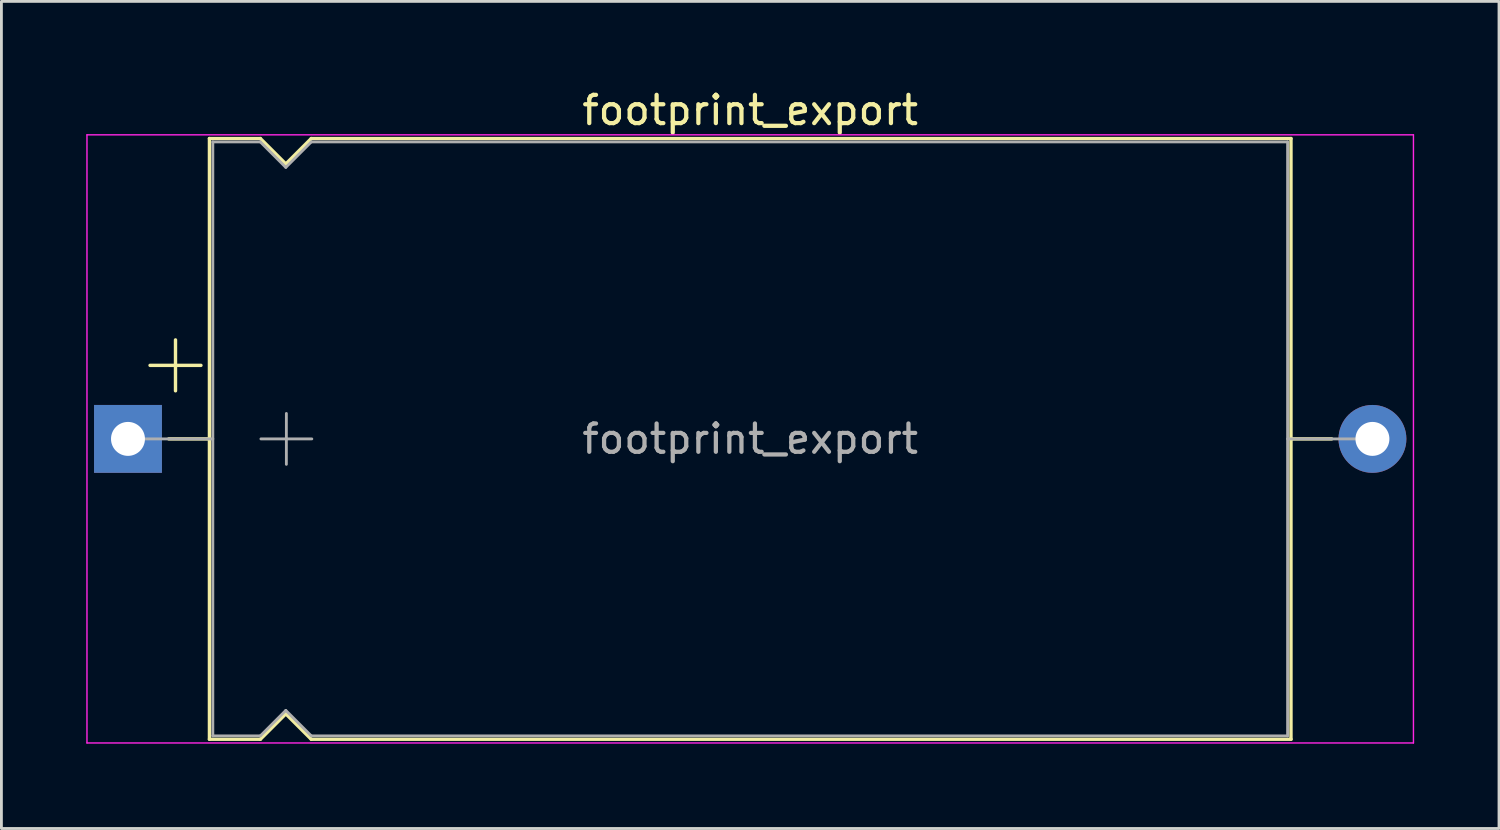
<source format=kicad_pcb>
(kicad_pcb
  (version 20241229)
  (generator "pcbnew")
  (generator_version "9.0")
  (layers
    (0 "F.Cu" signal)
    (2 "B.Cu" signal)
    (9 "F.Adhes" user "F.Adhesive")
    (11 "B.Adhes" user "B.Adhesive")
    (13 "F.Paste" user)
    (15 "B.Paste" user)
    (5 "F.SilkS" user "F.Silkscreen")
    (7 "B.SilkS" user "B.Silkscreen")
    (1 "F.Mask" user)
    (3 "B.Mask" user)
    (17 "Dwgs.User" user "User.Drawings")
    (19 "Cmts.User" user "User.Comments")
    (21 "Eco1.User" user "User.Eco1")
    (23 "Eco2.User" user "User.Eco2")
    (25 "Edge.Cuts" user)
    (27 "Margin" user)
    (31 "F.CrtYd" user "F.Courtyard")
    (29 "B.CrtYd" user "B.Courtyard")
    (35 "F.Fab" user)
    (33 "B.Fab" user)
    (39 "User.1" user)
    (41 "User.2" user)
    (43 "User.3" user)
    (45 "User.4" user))
  (footprint "footprint_export"
    (layer "F.Cu")
    (at 1.475 12.468)
    (property "Reference" "footprint_export" (at 22 -11.62 0) (layer "F.SilkS") (effects (font (size 1 1) (thickness 0.15))))
    (attr through_hole)
    (fp_line (start 0.78 -2.6) (end 2.58 -2.6) (stroke (width 0.12) (type solid)) (layer "F.SilkS"))
    (fp_line (start 1.44 0) (end 2.88 0) (stroke (width 0.12) (type solid)) (layer "F.SilkS"))
    (fp_line (start 1.68 -3.5) (end 1.68 -1.7) (stroke (width 0.12) (type solid)) (layer "F.SilkS"))
    (fp_line (start 2.88 -10.62) (end 2.88 10.62) (stroke (width 0.12) (type solid)) (layer "F.SilkS"))
    (fp_line (start 2.88 -10.62) (end 4.68 -10.62) (stroke (width 0.12) (type solid)) (layer "F.SilkS"))
    (fp_line (start 2.88 10.62) (end 4.68 10.62) (stroke (width 0.12) (type solid)) (layer "F.SilkS"))
    (fp_line (start 4.68 -10.62) (end 5.58 -9.72) (stroke (width 0.12) (type solid)) (layer "F.SilkS"))
    (fp_line (start 4.68 10.62) (end 5.58 9.72) (stroke (width 0.12) (type solid)) (layer "F.SilkS"))
    (fp_line (start 5.58 -9.72) (end 6.48 -10.62) (stroke (width 0.12) (type solid)) (layer "F.SilkS"))
    (fp_line (start 5.58 9.72) (end 6.48 10.62) (stroke (width 0.12) (type solid)) (layer "F.SilkS"))
    (fp_line (start 6.48 -10.62) (end 41.12 -10.62) (stroke (width 0.12) (type solid)) (layer "F.SilkS"))
    (fp_line (start 6.48 10.62) (end 41.12 10.62) (stroke (width 0.12) (type solid)) (layer "F.SilkS"))
    (fp_line (start 41.12 -10.62) (end 41.12 10.62) (stroke (width 0.12) (type solid)) (layer "F.SilkS"))
    (fp_line (start 42.56 0) (end 41.12 0) (stroke (width 0.12) (type solid)) (layer "F.SilkS"))
    (fp_line (start -1.45 -10.75) (end -1.45 10.75) (stroke (width 0.05) (type solid)) (layer "F.CrtYd"))
    (fp_line (start -1.45 10.75) (end 45.45 10.75) (stroke (width 0.05) (type solid)) (layer "F.CrtYd"))
    (fp_line (start 45.45 -10.75) (end -1.45 -10.75) (stroke (width 0.05) (type solid)) (layer "F.CrtYd"))
    (fp_line (start 45.45 10.75) (end 45.45 -10.75) (stroke (width 0.05) (type solid)) (layer "F.CrtYd"))
    (fp_line (start 0 0) (end 3 0) (stroke (width 0.1) (type solid)) (layer "F.Fab"))
    (fp_line (start 3 -10.5) (end 3 10.5) (stroke (width 0.1) (type solid)) (layer "F.Fab"))
    (fp_line (start 3 -10.5) (end 4.68 -10.5) (stroke (width 0.1) (type solid)) (layer "F.Fab"))
    (fp_line (start 3 10.5) (end 4.68 10.5) (stroke (width 0.1) (type solid)) (layer "F.Fab"))
    (fp_line (start 4.68 -10.5) (end 5.58 -9.6) (stroke (width 0.1) (type solid)) (layer "F.Fab"))
    (fp_line (start 4.68 10.5) (end 5.58 9.6) (stroke (width 0.1) (type solid)) (layer "F.Fab"))
    (fp_line (start 4.7 0) (end 6.5 0) (stroke (width 0.1) (type solid)) (layer "F.Fab"))
    (fp_line (start 5.58 -9.6) (end 6.48 -10.5) (stroke (width 0.1) (type solid)) (layer "F.Fab"))
    (fp_line (start 5.58 9.6) (end 6.48 10.5) (stroke (width 0.1) (type solid)) (layer "F.Fab"))
    (fp_line (start 5.6 -0.9) (end 5.6 0.9) (stroke (width 0.1) (type solid)) (layer "F.Fab"))
    (fp_line (start 6.48 -10.5) (end 41 -10.5) (stroke (width 0.1) (type solid)) (layer "F.Fab"))
    (fp_line (start 6.48 10.5) (end 41 10.5) (stroke (width 0.1) (type solid)) (layer "F.Fab"))
    (fp_line (start 41 -10.5) (end 41 10.5) (stroke (width 0.1) (type solid)) (layer "F.Fab"))
    (fp_line (start 44 0) (end 41 0) (stroke (width 0.1) (type solid)) (layer "F.Fab"))
    (fp_text user "${REFERENCE}" (at 22 0 0) (layer "F.Fab") (effects (font (size 1 1) (thickness 0.15))))
    (pad "1" thru_hole rect (at 0 0) (size 2.4 2.4) (drill 1.2) (layers "*.Cu" "*.Mask"))
    (pad "2" thru_hole oval (at 44 0) (size 2.4 2.4) (drill 1.2) (layers "*.Cu" "*.Mask")))
  (gr_rect
    (start -3 -3)
    (end 49.95 26.243)
    (stroke (width 0.1) (type default))
    (fill no)
    (layer "Edge.Cuts")))
</source>
